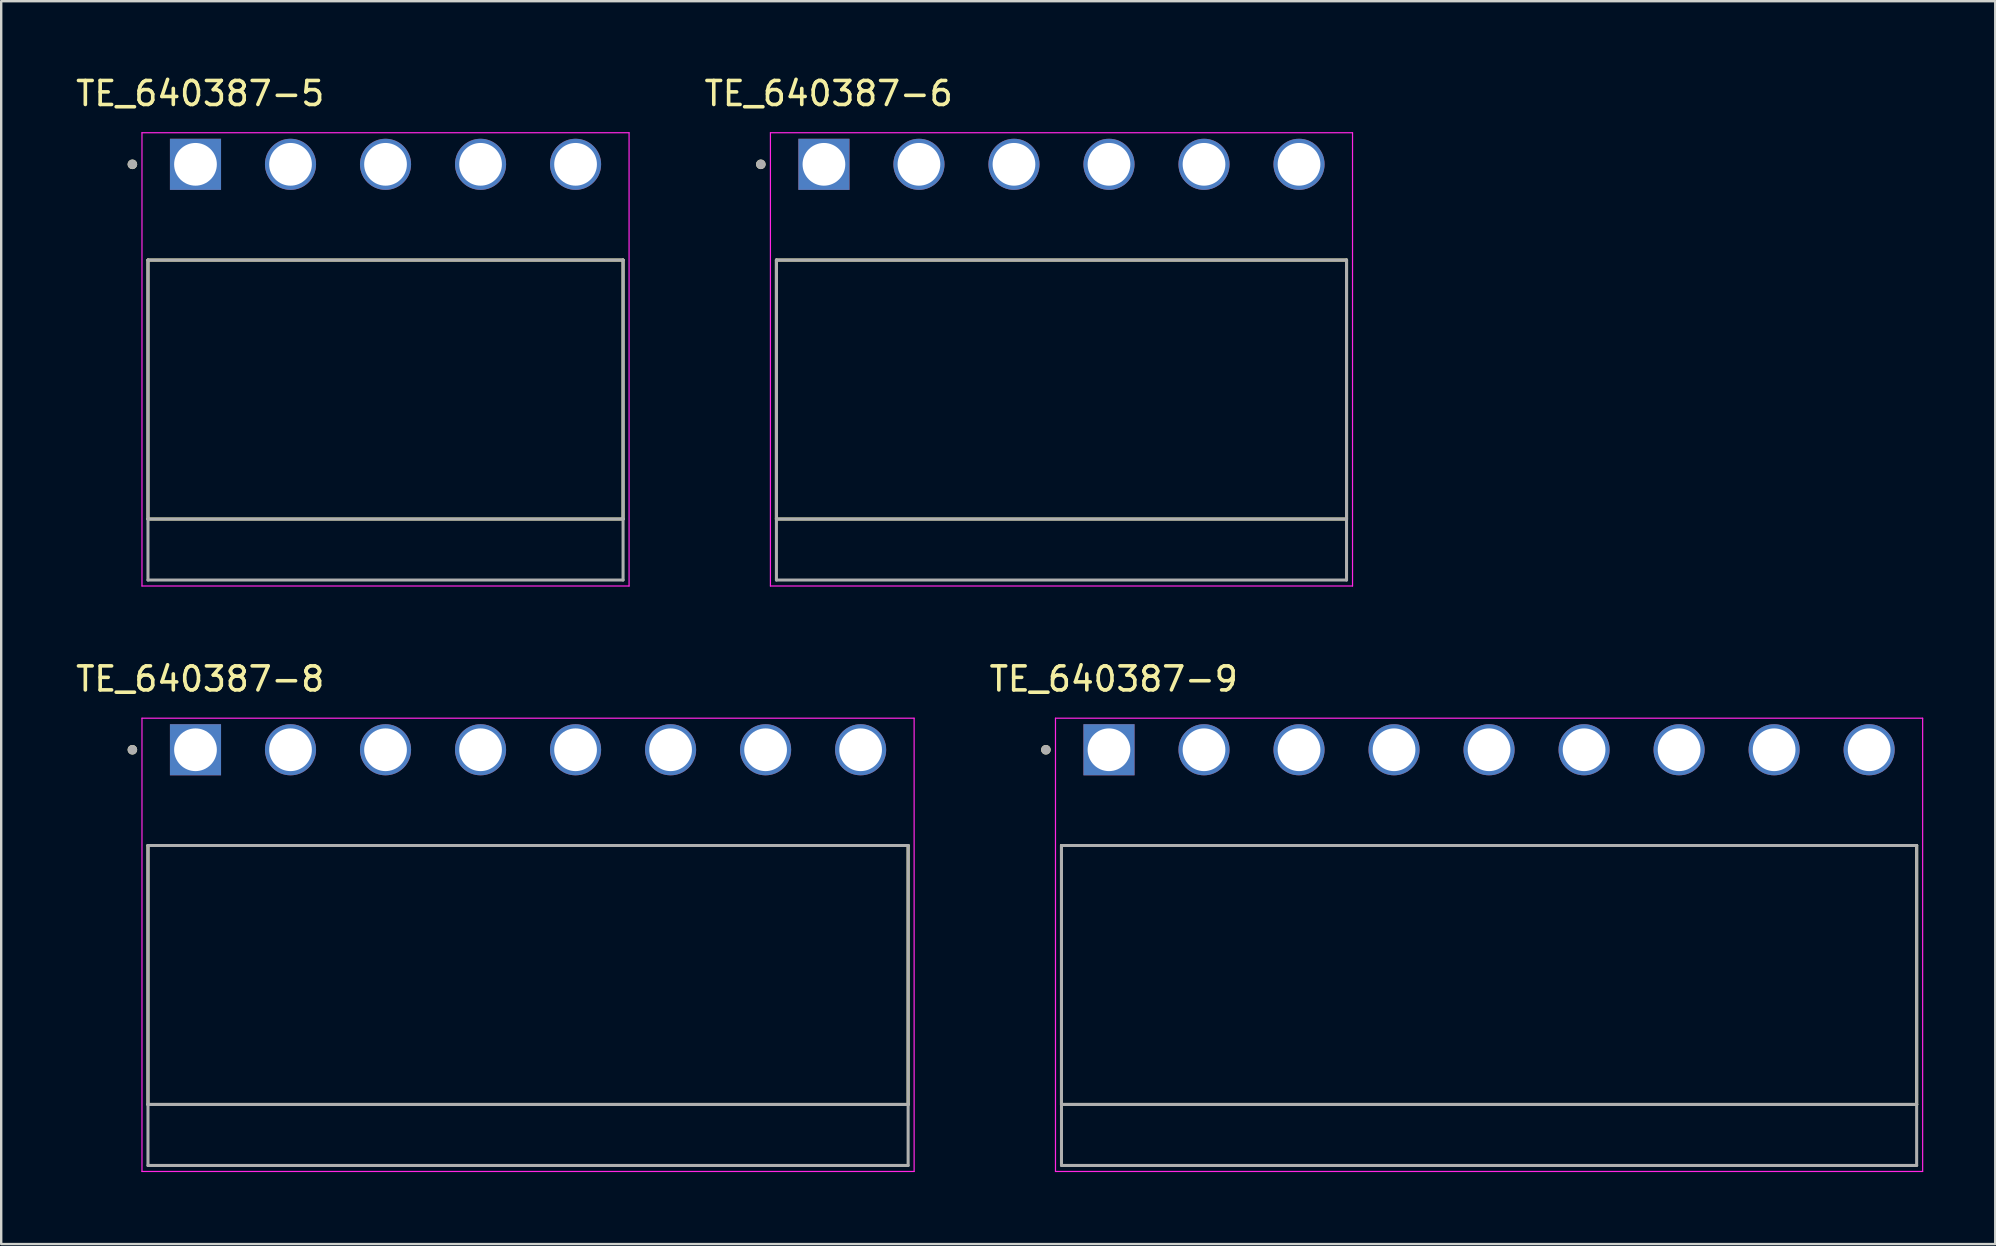
<source format=kicad_pcb>
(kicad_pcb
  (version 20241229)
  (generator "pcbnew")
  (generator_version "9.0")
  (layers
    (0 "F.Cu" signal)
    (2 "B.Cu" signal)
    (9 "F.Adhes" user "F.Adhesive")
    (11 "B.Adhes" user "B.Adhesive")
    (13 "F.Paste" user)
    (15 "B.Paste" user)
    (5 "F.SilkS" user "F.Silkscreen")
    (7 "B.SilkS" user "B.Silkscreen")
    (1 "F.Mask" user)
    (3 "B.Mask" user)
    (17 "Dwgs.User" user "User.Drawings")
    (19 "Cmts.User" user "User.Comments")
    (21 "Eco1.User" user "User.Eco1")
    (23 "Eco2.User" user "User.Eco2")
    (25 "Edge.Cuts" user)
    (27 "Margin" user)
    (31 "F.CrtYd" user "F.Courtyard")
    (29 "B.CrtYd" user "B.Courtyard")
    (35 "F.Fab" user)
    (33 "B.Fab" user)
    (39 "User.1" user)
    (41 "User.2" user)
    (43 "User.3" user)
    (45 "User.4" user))
  (footprint "TE_640387-9"
    (layer "F.Cu")
    (at 43.168 28.197)
    (property "Reference" "TE_640387-9" (at 0.195 -2.95 0) (layer "F.SilkS") (effects (font (size 1 1) (thickness 0.15))))
    (attr through_hole)
    (fp_line (start -1.98 14.783) (end -1.98 3.99) (stroke (width 0.127) (type solid)) (layer "F.SilkS"))
    (fp_line (start 33.66 3.99) (end -1.98 3.99) (stroke (width 0.127) (type solid)) (layer "F.SilkS"))
    (fp_line (start 33.66 3.99) (end 33.66 14.783) (stroke (width 0.127) (type solid)) (layer "F.SilkS"))
    (fp_line (start 33.66 14.783) (end -1.98 14.783) (stroke (width 0.127) (type solid)) (layer "F.SilkS"))
    (fp_circle (center -2.63 0) (end -2.53 0) (stroke (width 0.2) (type solid)) (fill no) (layer "F.SilkS"))
    (fp_line (start -2.23 -1.315) (end 33.91 -1.315) (stroke (width 0.05) (type solid)) (layer "F.CrtYd"))
    (fp_line (start -2.23 17.575) (end -2.23 -1.315) (stroke (width 0.05) (type solid)) (layer "F.CrtYd"))
    (fp_line (start 33.91 -1.315) (end 33.91 17.575) (stroke (width 0.05) (type solid)) (layer "F.CrtYd"))
    (fp_line (start 33.91 17.575) (end -2.23 17.575) (stroke (width 0.05) (type solid)) (layer "F.CrtYd"))
    (fp_line (start -1.98 3.99) (end 33.66 3.99) (stroke (width 0.127) (type solid)) (layer "F.Fab"))
    (fp_line (start -1.98 14.783) (end -1.98 3.99) (stroke (width 0.127) (type solid)) (layer "F.Fab"))
    (fp_line (start -1.98 14.783) (end -1.98 17.325) (stroke (width 0.127) (type solid)) (layer "F.Fab"))
    (fp_line (start -1.98 17.325) (end 33.66 17.325) (stroke (width 0.127) (type solid)) (layer "F.Fab"))
    (fp_line (start 33.66 3.99) (end 33.66 14.783) (stroke (width 0.127) (type solid)) (layer "F.Fab"))
    (fp_line (start 33.66 14.783) (end -1.98 14.783) (stroke (width 0.127) (type solid)) (layer "F.Fab"))
    (fp_line (start 33.66 17.325) (end 33.66 14.783) (stroke (width 0.127) (type solid)) (layer "F.Fab"))
    (fp_circle (center -2.63 0) (end -2.53 0) (stroke (width 0.2) (type solid)) (fill no) (layer "F.Fab"))
    (pad "1" thru_hole rect (at 0 0) (size 2.13 2.13) (drill 1.78) (layers "*.Cu" "*.Mask"))
    (pad "2" thru_hole circle (at 3.96 0) (size 2.13 2.13) (drill 1.78) (layers "*.Cu" "*.Mask"))
    (pad "3" thru_hole circle (at 7.92 0) (size 2.13 2.13) (drill 1.78) (layers "*.Cu" "*.Mask"))
    (pad "4" thru_hole circle (at 11.88 0) (size 2.13 2.13) (drill 1.78) (layers "*.Cu" "*.Mask"))
    (pad "5" thru_hole circle (at 15.84 0) (size 2.13 2.13) (drill 1.78) (layers "*.Cu" "*.Mask"))
    (pad "6" thru_hole circle (at 19.8 0) (size 2.13 2.13) (drill 1.78) (layers "*.Cu" "*.Mask"))
    (pad "7" thru_hole circle (at 23.76 0) (size 2.13 2.13) (drill 1.78) (layers "*.Cu" "*.Mask"))
    (pad "8" thru_hole circle (at 27.72 0) (size 2.13 2.13) (drill 1.78) (layers "*.Cu" "*.Mask"))
    (pad "9" thru_hole circle (at 31.68 0) (size 2.13 2.13) (drill 1.78) (layers "*.Cu" "*.Mask")))
  (footprint "TE_640387-8"
    (layer "F.Cu")
    (at 5.097 28.197)
    (property "Reference" "TE_640387-8" (at 0.195 -2.95 0) (layer "F.SilkS") (effects (font (size 1 1) (thickness 0.15))))
    (attr through_hole)
    (fp_line (start -1.98 14.783) (end -1.98 3.99) (stroke (width 0.127) (type solid)) (layer "F.SilkS"))
    (fp_line (start 29.7 3.99) (end -1.98 3.99) (stroke (width 0.127) (type solid)) (layer "F.SilkS"))
    (fp_line (start 29.7 3.99) (end 29.7 14.783) (stroke (width 0.127) (type solid)) (layer "F.SilkS"))
    (fp_line (start 29.7 14.783) (end -1.98 14.783) (stroke (width 0.127) (type solid)) (layer "F.SilkS"))
    (fp_circle (center -2.63 0) (end -2.53 0) (stroke (width 0.2) (type solid)) (fill no) (layer "F.SilkS"))
    (fp_line (start -2.23 -1.315) (end 29.95 -1.315) (stroke (width 0.05) (type solid)) (layer "F.CrtYd"))
    (fp_line (start -2.23 17.575) (end -2.23 -1.315) (stroke (width 0.05) (type solid)) (layer "F.CrtYd"))
    (fp_line (start 29.95 -1.315) (end 29.95 17.575) (stroke (width 0.05) (type solid)) (layer "F.CrtYd"))
    (fp_line (start 29.95 17.575) (end -2.23 17.575) (stroke (width 0.05) (type solid)) (layer "F.CrtYd"))
    (fp_line (start -1.98 3.99) (end 29.7 3.99) (stroke (width 0.127) (type solid)) (layer "F.Fab"))
    (fp_line (start -1.98 14.783) (end -1.98 3.99) (stroke (width 0.127) (type solid)) (layer "F.Fab"))
    (fp_line (start -1.98 14.783) (end -1.98 17.325) (stroke (width 0.127) (type solid)) (layer "F.Fab"))
    (fp_line (start -1.98 17.325) (end 29.7 17.325) (stroke (width 0.127) (type solid)) (layer "F.Fab"))
    (fp_line (start 29.7 3.99) (end 29.7 14.783) (stroke (width 0.127) (type solid)) (layer "F.Fab"))
    (fp_line (start 29.7 14.783) (end -1.98 14.783) (stroke (width 0.127) (type solid)) (layer "F.Fab"))
    (fp_line (start 29.7 17.325) (end 29.7 14.783) (stroke (width 0.127) (type solid)) (layer "F.Fab"))
    (fp_circle (center -2.63 0) (end -2.53 0) (stroke (width 0.2) (type solid)) (fill no) (layer "F.Fab"))
    (pad "1" thru_hole rect (at 0 0) (size 2.13 2.13) (drill 1.78) (layers "*.Cu" "*.Mask"))
    (pad "2" thru_hole circle (at 3.96 0) (size 2.13 2.13) (drill 1.78) (layers "*.Cu" "*.Mask"))
    (pad "3" thru_hole circle (at 7.92 0) (size 2.13 2.13) (drill 1.78) (layers "*.Cu" "*.Mask"))
    (pad "4" thru_hole circle (at 11.88 0) (size 2.13 2.13) (drill 1.78) (layers "*.Cu" "*.Mask"))
    (pad "5" thru_hole circle (at 15.84 0) (size 2.13 2.13) (drill 1.78) (layers "*.Cu" "*.Mask"))
    (pad "6" thru_hole circle (at 19.8 0) (size 2.13 2.13) (drill 1.78) (layers "*.Cu" "*.Mask"))
    (pad "7" thru_hole circle (at 23.76 0) (size 2.13 2.13) (drill 1.78) (layers "*.Cu" "*.Mask"))
    (pad "8" thru_hole circle (at 27.72 0) (size 2.13 2.13) (drill 1.78) (layers "*.Cu" "*.Mask")))
  (footprint "TE_640387-5"
    (layer "F.Cu")
    (at 5.097 3.798)
    (property "Reference" "TE_640387-5" (at 0.195 -2.95 0) (layer "F.SilkS") (effects (font (size 1 1) (thickness 0.15))))
    (attr through_hole)
    (fp_line (start -1.98 14.783) (end -1.98 3.99) (stroke (width 0.127) (type solid)) (layer "F.SilkS"))
    (fp_line (start 17.82 3.99) (end -1.98 3.99) (stroke (width 0.127) (type solid)) (layer "F.SilkS"))
    (fp_line (start 17.82 3.99) (end 17.82 14.783) (stroke (width 0.127) (type solid)) (layer "F.SilkS"))
    (fp_line (start 17.82 14.783) (end -1.98 14.783) (stroke (width 0.127) (type solid)) (layer "F.SilkS"))
    (fp_circle (center -2.63 0) (end -2.53 0) (stroke (width 0.2) (type solid)) (fill no) (layer "F.SilkS"))
    (fp_line (start -2.23 -1.315) (end 18.07 -1.315) (stroke (width 0.05) (type solid)) (layer "F.CrtYd"))
    (fp_line (start -2.23 17.575) (end -2.23 -1.315) (stroke (width 0.05) (type solid)) (layer "F.CrtYd"))
    (fp_line (start 18.07 -1.315) (end 18.07 17.575) (stroke (width 0.05) (type solid)) (layer "F.CrtYd"))
    (fp_line (start 18.07 17.575) (end -2.23 17.575) (stroke (width 0.05) (type solid)) (layer "F.CrtYd"))
    (fp_line (start -1.98 3.99) (end 17.82 3.99) (stroke (width 0.127) (type solid)) (layer "F.Fab"))
    (fp_line (start -1.98 14.783) (end -1.98 3.99) (stroke (width 0.127) (type solid)) (layer "F.Fab"))
    (fp_line (start -1.98 14.783) (end -1.98 17.325) (stroke (width 0.127) (type solid)) (layer "F.Fab"))
    (fp_line (start -1.98 17.325) (end 17.82 17.325) (stroke (width 0.127) (type solid)) (layer "F.Fab"))
    (fp_line (start 17.82 3.99) (end 17.82 14.783) (stroke (width 0.127) (type solid)) (layer "F.Fab"))
    (fp_line (start 17.82 14.783) (end -1.98 14.783) (stroke (width 0.127) (type solid)) (layer "F.Fab"))
    (fp_line (start 17.82 17.325) (end 17.82 14.783) (stroke (width 0.127) (type solid)) (layer "F.Fab"))
    (fp_circle (center -2.63 0) (end -2.53 0) (stroke (width 0.2) (type solid)) (fill no) (layer "F.Fab"))
    (pad "1" thru_hole rect (at 0 0) (size 2.13 2.13) (drill 1.78) (layers "*.Cu" "*.Mask"))
    (pad "2" thru_hole circle (at 3.96 0) (size 2.13 2.13) (drill 1.78) (layers "*.Cu" "*.Mask"))
    (pad "3" thru_hole circle (at 7.92 0) (size 2.13 2.13) (drill 1.78) (layers "*.Cu" "*.Mask"))
    (pad "4" thru_hole circle (at 11.88 0) (size 2.13 2.13) (drill 1.78) (layers "*.Cu" "*.Mask"))
    (pad "5" thru_hole circle (at 15.84 0) (size 2.13 2.13) (drill 1.78) (layers "*.Cu" "*.Mask")))
  (footprint "TE_640387-6"
    (layer "F.Cu")
    (at 31.288 3.798)
    (property "Reference" "TE_640387-6" (at 0.195 -2.95 0) (layer "F.SilkS") (effects (font (size 1 1) (thickness 0.15))))
    (attr through_hole)
    (fp_line (start -1.98 14.783) (end -1.98 3.99) (stroke (width 0.127) (type solid)) (layer "F.SilkS"))
    (fp_line (start 21.78 3.99) (end -1.98 3.99) (stroke (width 0.127) (type solid)) (layer "F.SilkS"))
    (fp_line (start 21.78 3.99) (end 21.78 14.783) (stroke (width 0.127) (type solid)) (layer "F.SilkS"))
    (fp_line (start 21.78 14.783) (end -1.98 14.783) (stroke (width 0.127) (type solid)) (layer "F.SilkS"))
    (fp_circle (center -2.63 0) (end -2.53 0) (stroke (width 0.2) (type solid)) (fill no) (layer "F.SilkS"))
    (fp_line (start -2.23 -1.315) (end 22.03 -1.315) (stroke (width 0.05) (type solid)) (layer "F.CrtYd"))
    (fp_line (start -2.23 17.575) (end -2.23 -1.315) (stroke (width 0.05) (type solid)) (layer "F.CrtYd"))
    (fp_line (start 22.03 -1.315) (end 22.03 17.575) (stroke (width 0.05) (type solid)) (layer "F.CrtYd"))
    (fp_line (start 22.03 17.575) (end -2.23 17.575) (stroke (width 0.05) (type solid)) (layer "F.CrtYd"))
    (fp_line (start -1.98 3.99) (end 21.78 3.99) (stroke (width 0.127) (type solid)) (layer "F.Fab"))
    (fp_line (start -1.98 14.783) (end -1.98 3.99) (stroke (width 0.127) (type solid)) (layer "F.Fab"))
    (fp_line (start -1.98 14.783) (end -1.98 17.325) (stroke (width 0.127) (type solid)) (layer "F.Fab"))
    (fp_line (start -1.98 17.325) (end 21.78 17.325) (stroke (width 0.127) (type solid)) (layer "F.Fab"))
    (fp_line (start 21.78 3.99) (end 21.78 14.783) (stroke (width 0.127) (type solid)) (layer "F.Fab"))
    (fp_line (start 21.78 14.783) (end -1.98 14.783) (stroke (width 0.127) (type solid)) (layer "F.Fab"))
    (fp_line (start 21.78 17.325) (end 21.78 14.783) (stroke (width 0.127) (type solid)) (layer "F.Fab"))
    (fp_circle (center -2.63 0) (end -2.53 0) (stroke (width 0.2) (type solid)) (fill no) (layer "F.Fab"))
    (pad "1" thru_hole rect (at 0 0) (size 2.13 2.13) (drill 1.78) (layers "*.Cu" "*.Mask"))
    (pad "2" thru_hole circle (at 3.96 0) (size 2.13 2.13) (drill 1.78) (layers "*.Cu" "*.Mask"))
    (pad "3" thru_hole circle (at 7.92 0) (size 2.13 2.13) (drill 1.78) (layers "*.Cu" "*.Mask"))
    (pad "4" thru_hole circle (at 11.88 0) (size 2.13 2.13) (drill 1.78) (layers "*.Cu" "*.Mask"))
    (pad "5" thru_hole circle (at 15.84 0) (size 2.13 2.13) (drill 1.78) (layers "*.Cu" "*.Mask"))
    (pad "6" thru_hole circle (at 19.8 0) (size 2.13 2.13) (drill 1.78) (layers "*.Cu" "*.Mask")))
  (gr_rect
    (start -3 -3)
    (end 80.103 48.797)
    (stroke (width 0.1) (type default))
    (fill no)
    (layer "Edge.Cuts")))
</source>
